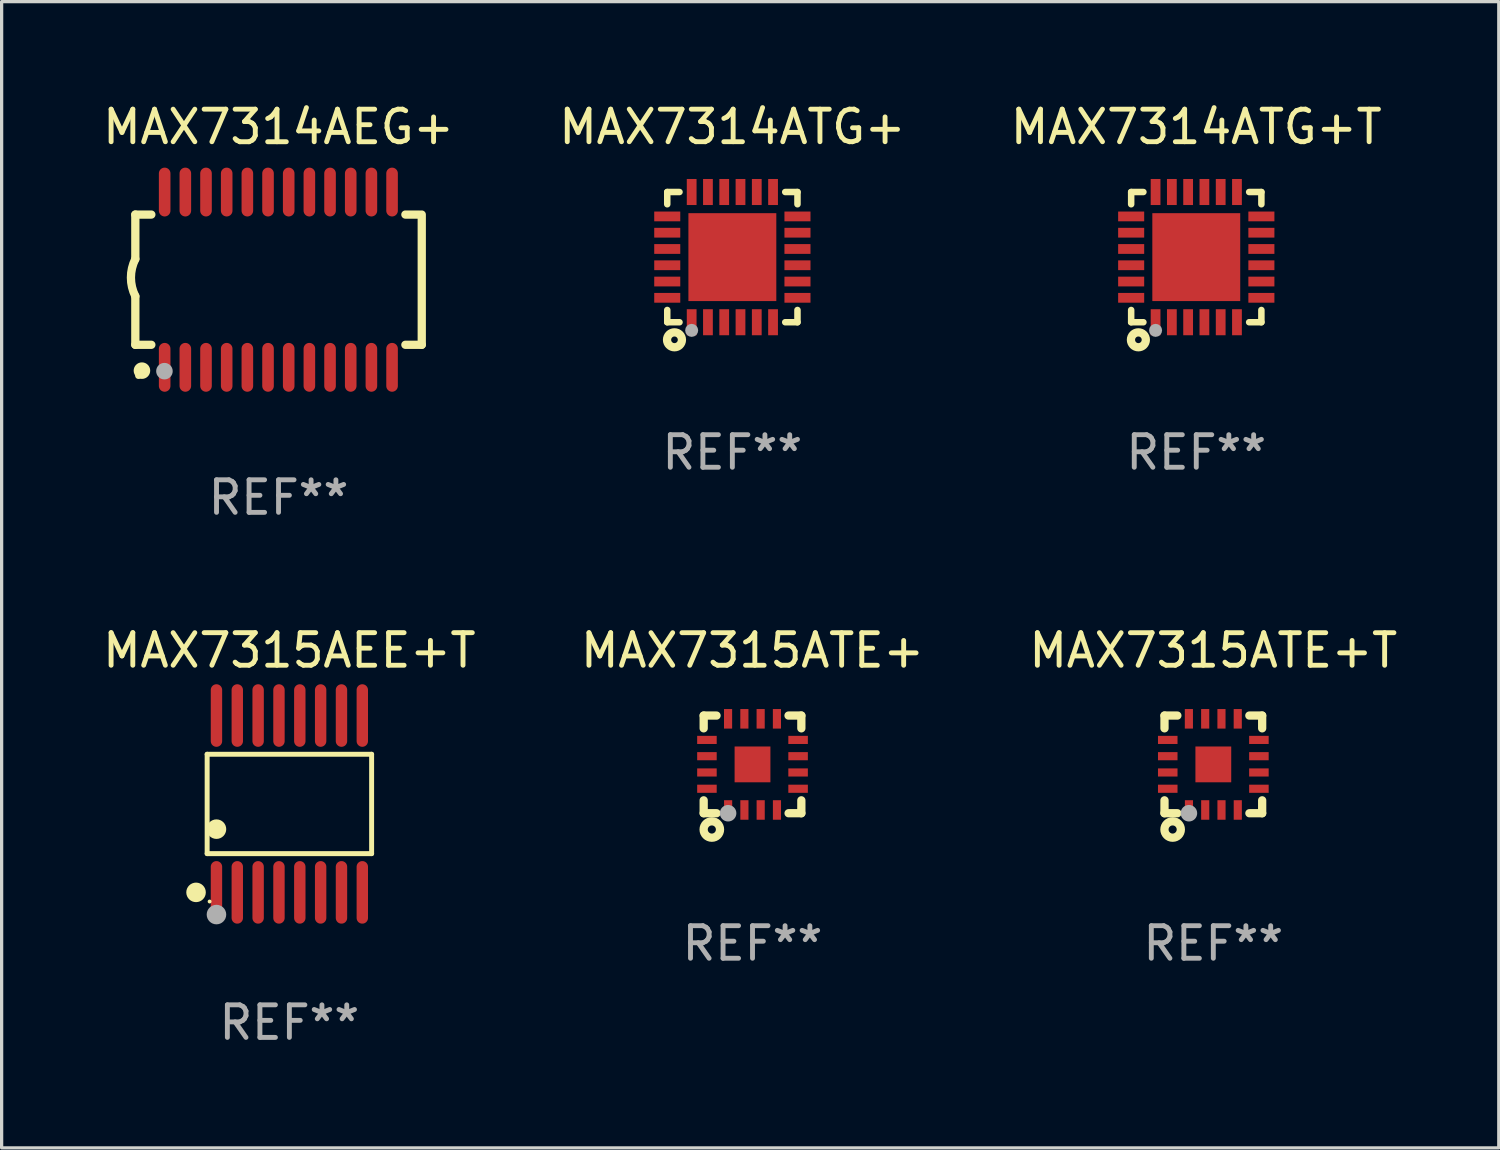
<source format=kicad_pcb>
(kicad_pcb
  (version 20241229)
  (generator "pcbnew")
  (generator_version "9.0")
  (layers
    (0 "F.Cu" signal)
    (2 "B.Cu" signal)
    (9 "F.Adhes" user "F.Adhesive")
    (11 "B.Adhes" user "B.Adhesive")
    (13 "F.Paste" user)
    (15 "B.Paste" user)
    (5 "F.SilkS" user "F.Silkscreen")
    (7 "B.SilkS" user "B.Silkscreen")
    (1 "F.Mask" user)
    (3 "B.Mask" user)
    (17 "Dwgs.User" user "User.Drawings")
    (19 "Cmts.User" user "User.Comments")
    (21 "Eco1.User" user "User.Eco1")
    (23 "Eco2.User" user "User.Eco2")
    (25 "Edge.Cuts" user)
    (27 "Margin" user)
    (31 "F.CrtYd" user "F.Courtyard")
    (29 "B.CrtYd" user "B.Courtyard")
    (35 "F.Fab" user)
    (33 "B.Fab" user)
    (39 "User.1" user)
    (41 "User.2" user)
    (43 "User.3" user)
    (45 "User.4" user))
  (footprint "MAX7315AEE+T"
    (layer "F.Cu")
    (at 5.839 21.645)
    (property "Reference" "MAX7315AEE+T" (at 0 -4.716 0) (layer "F.SilkS") (effects (font (size 1 1) (thickness 0.15))))
    (attr through_hole)
    (fp_line (start -2.526 -1.526) (end 2.526 -1.526) (stroke (width 0.152) (type solid)) (layer "F.SilkS"))
    (fp_line (start -2.526 1.526) (end -2.526 -1.526) (stroke (width 0.152) (type solid)) (layer "F.SilkS"))
    (fp_line (start 2.526 -1.526) (end 2.526 1.526) (stroke (width 0.152) (type solid)) (layer "F.SilkS"))
    (fp_line (start 2.526 1.526) (end -2.526 1.526) (stroke (width 0.152) (type solid)) (layer "F.SilkS"))
    (fp_circle (center -2.867 2.716) (end -2.717 2.716) (stroke (width 0.3) (type solid)) (fill no) (layer "F.SilkS"))
    (fp_circle (center -2.45 2.997) (end -2.42 2.997) (stroke (width 0.06) (type solid)) (fill no) (layer "F.SilkS"))
    (fp_circle (center -2.24 0.774) (end -2.09 0.774) (stroke (width 0.3) (type solid)) (fill no) (layer "F.SilkS"))
    (fp_circle (center -2.24 3.398) (end -2.09 3.398) (stroke (width 0.3) (type solid)) (fill no) (layer "F.Fab"))
    (fp_text user "REF**" (at 0 6.716 0) (layer "F.Fab") (effects (font (size 1 1) (thickness 0.15))))
    (pad "1" smd oval (at -2.24 2.716) (size 0.35 1.922) (layers "F.Cu" "F.Mask" "F.Paste"))
    (pad "2" smd oval (at -1.6 2.716) (size 0.35 1.922) (layers "F.Cu" "F.Mask" "F.Paste"))
    (pad "3" smd oval (at -0.96 2.716) (size 0.35 1.922) (layers "F.Cu" "F.Mask" "F.Paste"))
    (pad "4" smd oval (at -0.32 2.716) (size 0.35 1.922) (layers "F.Cu" "F.Mask" "F.Paste"))
    (pad "5" smd oval (at 0.32 2.716) (size 0.35 1.922) (layers "F.Cu" "F.Mask" "F.Paste"))
    (pad "6" smd oval (at 0.96 2.716) (size 0.35 1.922) (layers "F.Cu" "F.Mask" "F.Paste"))
    (pad "7" smd oval (at 1.6 2.716) (size 0.35 1.922) (layers "F.Cu" "F.Mask" "F.Paste"))
    (pad "8" smd oval (at 2.24 2.716) (size 0.35 1.922) (layers "F.Cu" "F.Mask" "F.Paste"))
    (pad "9" smd oval (at 2.24 -2.716) (size 0.35 1.922) (layers "F.Cu" "F.Mask" "F.Paste"))
    (pad "10" smd oval (at 1.6 -2.716) (size 0.35 1.922) (layers "F.Cu" "F.Mask" "F.Paste"))
    (pad "11" smd oval (at 0.96 -2.716) (size 0.35 1.922) (layers "F.Cu" "F.Mask" "F.Paste"))
    (pad "12" smd oval (at 0.32 -2.716) (size 0.35 1.922) (layers "F.Cu" "F.Mask" "F.Paste"))
    (pad "13" smd oval (at -0.32 -2.716) (size 0.35 1.922) (layers "F.Cu" "F.Mask" "F.Paste"))
    (pad "14" smd oval (at -0.96 -2.716) (size 0.35 1.922) (layers "F.Cu" "F.Mask" "F.Paste"))
    (pad "15" smd oval (at -1.6 -2.716) (size 0.35 1.922) (layers "F.Cu" "F.Mask" "F.Paste"))
    (pad "16" smd oval (at -2.24 -2.716) (size 0.35 1.922) (layers "F.Cu" "F.Mask" "F.Paste")))
  (footprint "MAX7314ATG+T"
    (layer "F.Cu")
    (at 33.696 4.848)
    (property "Reference" "MAX7314ATG+T" (at 0 -4 0) (layer "F.SilkS") (effects (font (size 1 1) (thickness 0.15))))
    (attr through_hole)
    (fp_line (start -2 -2) (end -1.624 -2) (stroke (width 0.2) (type solid)) (layer "F.SilkS"))
    (fp_line (start -2 -1.624) (end -2 -2) (stroke (width 0.2) (type solid)) (layer "F.SilkS"))
    (fp_line (start -2 2) (end -2 1.624) (stroke (width 0.2) (type solid)) (layer "F.SilkS"))
    (fp_line (start -2 2) (end -1.624 2) (stroke (width 0.2) (type solid)) (layer "F.SilkS"))
    (fp_line (start 1.624 -2) (end 2 -2) (stroke (width 0.2) (type solid)) (layer "F.SilkS"))
    (fp_line (start 1.624 2) (end 2 2) (stroke (width 0.2) (type solid)) (layer "F.SilkS"))
    (fp_line (start 2 -2) (end 2 -1.624) (stroke (width 0.2) (type solid)) (layer "F.SilkS"))
    (fp_line (start 2 1.624) (end 2 2) (stroke (width 0.2) (type solid)) (layer "F.SilkS"))
    (fp_circle (center -2 2) (end -1.97 2) (stroke (width 0.06) (type solid)) (fill no) (layer "F.SilkS"))
    (fp_circle (center -1.778 2.54) (end -1.676 2.54) (stroke (width 0.254) (type solid)) (fill no) (layer "F.SilkS"))
    (fp_circle (center -1.25 2.25) (end -1.15 2.25) (stroke (width 0.2) (type solid)) (fill no) (layer "F.Fab"))
    (fp_text user "REF**" (at 0 6 0) (layer "F.Fab") (effects (font (size 1 1) (thickness 0.15))))
    (pad "1" smd rect (at -1.25 2) (size 0.3 0.8) (layers "F.Cu" "F.Mask" "F.Paste"))
    (pad "2" smd rect (at -0.75 2) (size 0.3 0.8) (layers "F.Cu" "F.Mask" "F.Paste"))
    (pad "3" smd rect (at -0.25 2) (size 0.3 0.8) (layers "F.Cu" "F.Mask" "F.Paste"))
    (pad "4" smd rect (at 0.25 2) (size 0.3 0.8) (layers "F.Cu" "F.Mask" "F.Paste"))
    (pad "5" smd rect (at 0.75 2) (size 0.3 0.8) (layers "F.Cu" "F.Mask" "F.Paste"))
    (pad "6" smd rect (at 1.25 2) (size 0.3 0.8) (layers "F.Cu" "F.Mask" "F.Paste"))
    (pad "7" smd rect (at 2 1.25 90) (size 0.3 0.8) (layers "F.Cu" "F.Mask" "F.Paste"))
    (pad "8" smd rect (at 2 0.75 90) (size 0.3 0.8) (layers "F.Cu" "F.Mask" "F.Paste"))
    (pad "9" smd rect (at 2 0.25 90) (size 0.3 0.8) (layers "F.Cu" "F.Mask" "F.Paste"))
    (pad "10" smd rect (at 2 -0.25 90) (size 0.3 0.8) (layers "F.Cu" "F.Mask" "F.Paste"))
    (pad "11" smd rect (at 2 -0.75 90) (size 0.3 0.8) (layers "F.Cu" "F.Mask" "F.Paste"))
    (pad "12" smd rect (at 2 -1.25 90) (size 0.3 0.8) (layers "F.Cu" "F.Mask" "F.Paste"))
    (pad "13" smd rect (at 1.25 -2 180) (size 0.3 0.8) (layers "F.Cu" "F.Mask" "F.Paste"))
    (pad "14" smd rect (at 0.75 -2 180) (size 0.3 0.8) (layers "F.Cu" "F.Mask" "F.Paste"))
    (pad "15" smd rect (at 0.25 -2 180) (size 0.3 0.8) (layers "F.Cu" "F.Mask" "F.Paste"))
    (pad "16" smd rect (at -0.25 -2 180) (size 0.3 0.8) (layers "F.Cu" "F.Mask" "F.Paste"))
    (pad "17" smd rect (at -0.75 -2 180) (size 0.3 0.8) (layers "F.Cu" "F.Mask" "F.Paste"))
    (pad "18" smd rect (at -1.25 -2 180) (size 0.3 0.8) (layers "F.Cu" "F.Mask" "F.Paste"))
    (pad "19" smd rect (at -2 -1.25 270) (size 0.3 0.8) (layers "F.Cu" "F.Mask" "F.Paste"))
    (pad "20" smd rect (at -2 -0.75 270) (size 0.3 0.8) (layers "F.Cu" "F.Mask" "F.Paste"))
    (pad "21" smd rect (at -2 -0.25 270) (size 0.3 0.8) (layers "F.Cu" "F.Mask" "F.Paste"))
    (pad "22" smd rect (at -2 0.25 270) (size 0.3 0.8) (layers "F.Cu" "F.Mask" "F.Paste"))
    (pad "23" smd rect (at -2 0.75 270) (size 0.3 0.8) (layers "F.Cu" "F.Mask" "F.Paste"))
    (pad "24" smd rect (at -2 1.25 270) (size 0.3 0.8) (layers "F.Cu" "F.Mask" "F.Paste"))
    (pad "25" smd rect (at 0 0) (size 2.7 2.7) (layers "F.Cu" "F.Mask" "F.Paste")))
  (footprint "MAX7314AEG+"
    (layer "F.Cu")
    (at 5.506 5.541)
    (property "Reference" "MAX7314AEG+" (at 0 -4.692 0) (layer "F.SilkS") (effects (font (size 1 1) (thickness 0.15))))
    (attr through_hole)
    (fp_line (start -4.399 -2) (end -4.399 -0.635) (stroke (width 0.254) (type solid)) (layer "F.SilkS"))
    (fp_line (start -4.399 -2) (end -3.907 -2) (stroke (width 0.254) (type solid)) (layer "F.SilkS"))
    (fp_line (start -4.399 2) (end -4.399 0.508) (stroke (width 0.254) (type solid)) (layer "F.SilkS"))
    (fp_line (start -4.399 2) (end -3.907 2) (stroke (width 0.254) (type solid)) (layer "F.SilkS"))
    (fp_line (start 3.896 -2) (end 4.313 -2) (stroke (width 0.254) (type solid)) (layer "F.SilkS"))
    (fp_line (start 3.896 2) (end 4.399 2) (stroke (width 0.254) (type solid)) (layer "F.SilkS"))
    (fp_line (start 4.399 2) (end 4.399 -2) (stroke (width 0.254) (type solid)) (layer "F.SilkS"))
    (fp_arc (start -4.399301 0.508001) (mid -4.534214 -0.0635) (end -4.399301 -0.635001) (stroke (width 0.254001) (type solid)) (layer "F.SilkS"))
    (fp_circle (center -4.305 2.95) (end -4.255 2.95) (stroke (width 0.1) (type solid)) (fill no) (layer "F.SilkS"))
    (fp_circle (center -4.196 2.794) (end -4.069 2.794) (stroke (width 0.254) (type solid)) (fill no) (layer "F.SilkS"))
    (fp_circle (center -3.505 2.81) (end -3.378 2.81) (stroke (width 0.254) (type solid)) (fill no) (layer "F.Fab"))
    (fp_text user "REF**" (at 0 6.692 0) (layer "F.Fab") (effects (font (size 1 1) (thickness 0.15))))
    (pad "1" smd oval (at -3.498 2.692 90) (size 1.5 0.356) (layers "F.Cu" "F.Mask" "F.Paste"))
    (pad "2" smd oval (at -2.863 2.692 90) (size 1.5 0.356) (layers "F.Cu" "F.Mask" "F.Paste"))
    (pad "3" smd oval (at -2.228 2.692 90) (size 1.5 0.356) (layers "F.Cu" "F.Mask" "F.Paste"))
    (pad "4" smd oval (at -1.593 2.692 90) (size 1.5 0.356) (layers "F.Cu" "F.Mask" "F.Paste"))
    (pad "5" smd oval (at -0.958 2.692 90) (size 1.5 0.356) (layers "F.Cu" "F.Mask" "F.Paste"))
    (pad "6" smd oval (at -0.323 2.692 90) (size 1.5 0.356) (layers "F.Cu" "F.Mask" "F.Paste"))
    (pad "7" smd oval (at 0.312 2.692 90) (size 1.5 0.356) (layers "F.Cu" "F.Mask" "F.Paste"))
    (pad "8" smd oval (at 0.947 2.692 90) (size 1.5 0.356) (layers "F.Cu" "F.Mask" "F.Paste"))
    (pad "9" smd oval (at 1.582 2.692 90) (size 1.5 0.356) (layers "F.Cu" "F.Mask" "F.Paste"))
    (pad "10" smd oval (at 2.217 2.692 90) (size 1.5 0.356) (layers "F.Cu" "F.Mask" "F.Paste"))
    (pad "11" smd oval (at 2.852 2.692 90) (size 1.5 0.356) (layers "F.Cu" "F.Mask" "F.Paste"))
    (pad "12" smd oval (at 3.487 2.692 90) (size 1.5 0.356) (layers "F.Cu" "F.Mask" "F.Paste"))
    (pad "13" smd oval (at 3.487 -2.692 90) (size 1.5 0.356) (layers "F.Cu" "F.Mask" "F.Paste"))
    (pad "14" smd oval (at 2.852 -2.692 90) (size 1.5 0.356) (layers "F.Cu" "F.Mask" "F.Paste"))
    (pad "15" smd oval (at 2.217 -2.692 90) (size 1.5 0.356) (layers "F.Cu" "F.Mask" "F.Paste"))
    (pad "16" smd oval (at 1.582 -2.692 90) (size 1.5 0.356) (layers "F.Cu" "F.Mask" "F.Paste"))
    (pad "17" smd oval (at 0.947 -2.692 90) (size 1.5 0.356) (layers "F.Cu" "F.Mask" "F.Paste"))
    (pad "18" smd oval (at 0.312 -2.692 90) (size 1.5 0.356) (layers "F.Cu" "F.Mask" "F.Paste"))
    (pad "19" smd oval (at -0.323 -2.692 90) (size 1.5 0.356) (layers "F.Cu" "F.Mask" "F.Paste"))
    (pad "20" smd oval (at -0.958 -2.692 90) (size 1.5 0.356) (layers "F.Cu" "F.Mask" "F.Paste"))
    (pad "21" smd oval (at -1.593 -2.692 90) (size 1.5 0.356) (layers "F.Cu" "F.Mask" "F.Paste"))
    (pad "22" smd oval (at -2.228 -2.692 90) (size 1.5 0.356) (layers "F.Cu" "F.Mask" "F.Paste"))
    (pad "23" smd oval (at -2.863 -2.692 90) (size 1.5 0.356) (layers "F.Cu" "F.Mask" "F.Paste"))
    (pad "24" smd oval (at -3.498 -2.692 90) (size 1.5 0.356) (layers "F.Cu" "F.Mask" "F.Paste")))
  (footprint "MAX7315ATE+T"
    (layer "F.Cu")
    (at 34.22 20.43)
    (property "Reference" "MAX7315ATE+T" (at 0 -3.5 0) (layer "F.SilkS") (effects (font (size 1 1) (thickness 0.15))))
    (attr through_hole)
    (fp_line (start -1.5 -1.5) (end -1.5 -1.108) (stroke (width 0.254) (type solid)) (layer "F.SilkS"))
    (fp_line (start -1.5 -1.5) (end -1.105 -1.5) (stroke (width 0.254) (type solid)) (layer "F.SilkS"))
    (fp_line (start -1.5 1.104) (end -1.5 1.5) (stroke (width 0.254) (type solid)) (layer "F.SilkS"))
    (fp_line (start -1.5 1.5) (end -1.105 1.5) (stroke (width 0.254) (type solid)) (layer "F.SilkS"))
    (fp_line (start 1.106 -1.5) (end 1.5 -1.5) (stroke (width 0.254) (type solid)) (layer "F.SilkS"))
    (fp_line (start 1.108 1.5) (end 1.5 1.5) (stroke (width 0.254) (type solid)) (layer "F.SilkS"))
    (fp_line (start 1.5 -1.108) (end 1.5 -1.5) (stroke (width 0.254) (type solid)) (layer "F.SilkS"))
    (fp_line (start 1.5 1.5) (end 1.5 1.104) (stroke (width 0.254) (type solid)) (layer "F.SilkS"))
    (fp_circle (center -1.5 1.5) (end -1.47 1.5) (stroke (width 0.06) (type solid)) (fill no) (layer "F.SilkS"))
    (fp_circle (center -1.25 2) (end -1.125 2) (stroke (width 0.254) (type solid)) (fill no) (layer "F.SilkS"))
    (fp_circle (center -0.75 1.5) (end -0.623 1.5) (stroke (width 0.254) (type solid)) (fill no) (layer "F.Fab"))
    (fp_text user "REF**" (at 0 5.5 0) (layer "F.Fab") (effects (font (size 1 1) (thickness 0.15))))
    (pad "1" smd rect (at -0.749 1.4 180) (size 0.25 0.6) (layers "F.Cu" "F.Mask" "F.Paste"))
    (pad "2" smd rect (at -0.249 1.4 180) (size 0.25 0.6) (layers "F.Cu" "F.Mask" "F.Paste"))
    (pad "3" smd rect (at 0.251 1.4 180) (size 0.25 0.6) (layers "F.Cu" "F.Mask" "F.Paste"))
    (pad "4" smd rect (at 0.751 1.4 180) (size 0.25 0.6) (layers "F.Cu" "F.Mask" "F.Paste"))
    (pad "5" smd rect (at 1.4 0.748 270) (size 0.25 0.6) (layers "F.Cu" "F.Mask" "F.Paste"))
    (pad "6" smd rect (at 1.4 0.248 270) (size 0.25 0.6) (layers "F.Cu" "F.Mask" "F.Paste"))
    (pad "7" smd rect (at 1.4 -0.252 270) (size 0.25 0.6) (layers "F.Cu" "F.Mask" "F.Paste"))
    (pad "8" smd rect (at 1.4 -0.752 270) (size 0.25 0.6) (layers "F.Cu" "F.Mask" "F.Paste"))
    (pad "9" smd rect (at 0.75 -1.4) (size 0.25 0.6) (layers "F.Cu" "F.Mask" "F.Paste"))
    (pad "10" smd rect (at 0.25 -1.4) (size 0.25 0.6) (layers "F.Cu" "F.Mask" "F.Paste"))
    (pad "11" smd rect (at -0.25 -1.4) (size 0.25 0.6) (layers "F.Cu" "F.Mask" "F.Paste"))
    (pad "12" smd rect (at -0.751 -1.4) (size 0.25 0.6) (layers "F.Cu" "F.Mask" "F.Paste"))
    (pad "13" smd rect (at -1.4 -0.752 90) (size 0.25 0.6) (layers "F.Cu" "F.Mask" "F.Paste"))
    (pad "14" smd rect (at -1.4 -0.252 90) (size 0.25 0.6) (layers "F.Cu" "F.Mask" "F.Paste"))
    (pad "15" smd rect (at -1.4 0.248 90) (size 0.25 0.6) (layers "F.Cu" "F.Mask" "F.Paste"))
    (pad "16" smd rect (at -1.4 0.748 90) (size 0.25 0.6) (layers "F.Cu" "F.Mask" "F.Paste"))
    (pad "17" smd rect (at -0.000241 0.000013 90) (size 1.1 1.1) (layers "F.Cu" "F.Mask" "F.Paste")))
  (footprint "MAX7314ATG+"
    (layer "F.Cu")
    (at 19.446 4.848)
    (property "Reference" "MAX7314ATG+" (at 0 -4 0) (layer "F.SilkS") (effects (font (size 1 1) (thickness 0.15))))
    (attr through_hole)
    (fp_line (start -2 -2) (end -1.624 -2) (stroke (width 0.2) (type solid)) (layer "F.SilkS"))
    (fp_line (start -2 -1.624) (end -2 -2) (stroke (width 0.2) (type solid)) (layer "F.SilkS"))
    (fp_line (start -2 2) (end -2 1.624) (stroke (width 0.2) (type solid)) (layer "F.SilkS"))
    (fp_line (start -2 2) (end -1.624 2) (stroke (width 0.2) (type solid)) (layer "F.SilkS"))
    (fp_line (start 1.624 -2) (end 2 -2) (stroke (width 0.2) (type solid)) (layer "F.SilkS"))
    (fp_line (start 1.624 2) (end 2 2) (stroke (width 0.2) (type solid)) (layer "F.SilkS"))
    (fp_line (start 2 -2) (end 2 -1.624) (stroke (width 0.2) (type solid)) (layer "F.SilkS"))
    (fp_line (start 2 1.624) (end 2 2) (stroke (width 0.2) (type solid)) (layer "F.SilkS"))
    (fp_circle (center -2 2) (end -1.97 2) (stroke (width 0.06) (type solid)) (fill no) (layer "F.SilkS"))
    (fp_circle (center -1.778 2.54) (end -1.676 2.54) (stroke (width 0.254) (type solid)) (fill no) (layer "F.SilkS"))
    (fp_circle (center -1.25 2.25) (end -1.15 2.25) (stroke (width 0.2) (type solid)) (fill no) (layer "F.Fab"))
    (fp_text user "REF**" (at 0 6 0) (layer "F.Fab") (effects (font (size 1 1) (thickness 0.15))))
    (pad "1" smd rect (at -1.25 2) (size 0.3 0.8) (layers "F.Cu" "F.Mask" "F.Paste"))
    (pad "2" smd rect (at -0.75 2) (size 0.3 0.8) (layers "F.Cu" "F.Mask" "F.Paste"))
    (pad "3" smd rect (at -0.25 2) (size 0.3 0.8) (layers "F.Cu" "F.Mask" "F.Paste"))
    (pad "4" smd rect (at 0.25 2) (size 0.3 0.8) (layers "F.Cu" "F.Mask" "F.Paste"))
    (pad "5" smd rect (at 0.75 2) (size 0.3 0.8) (layers "F.Cu" "F.Mask" "F.Paste"))
    (pad "6" smd rect (at 1.25 2) (size 0.3 0.8) (layers "F.Cu" "F.Mask" "F.Paste"))
    (pad "7" smd rect (at 2 1.25 90) (size 0.3 0.8) (layers "F.Cu" "F.Mask" "F.Paste"))
    (pad "8" smd rect (at 2 0.75 90) (size 0.3 0.8) (layers "F.Cu" "F.Mask" "F.Paste"))
    (pad "9" smd rect (at 2 0.25 90) (size 0.3 0.8) (layers "F.Cu" "F.Mask" "F.Paste"))
    (pad "10" smd rect (at 2 -0.25 90) (size 0.3 0.8) (layers "F.Cu" "F.Mask" "F.Paste"))
    (pad "11" smd rect (at 2 -0.75 90) (size 0.3 0.8) (layers "F.Cu" "F.Mask" "F.Paste"))
    (pad "12" smd rect (at 2 -1.25 90) (size 0.3 0.8) (layers "F.Cu" "F.Mask" "F.Paste"))
    (pad "13" smd rect (at 1.25 -2 180) (size 0.3 0.8) (layers "F.Cu" "F.Mask" "F.Paste"))
    (pad "14" smd rect (at 0.75 -2 180) (size 0.3 0.8) (layers "F.Cu" "F.Mask" "F.Paste"))
    (pad "15" smd rect (at 0.25 -2 180) (size 0.3 0.8) (layers "F.Cu" "F.Mask" "F.Paste"))
    (pad "16" smd rect (at -0.25 -2 180) (size 0.3 0.8) (layers "F.Cu" "F.Mask" "F.Paste"))
    (pad "17" smd rect (at -0.75 -2 180) (size 0.3 0.8) (layers "F.Cu" "F.Mask" "F.Paste"))
    (pad "18" smd rect (at -1.25 -2 180) (size 0.3 0.8) (layers "F.Cu" "F.Mask" "F.Paste"))
    (pad "19" smd rect (at -2 -1.25 270) (size 0.3 0.8) (layers "F.Cu" "F.Mask" "F.Paste"))
    (pad "20" smd rect (at -2 -0.75 270) (size 0.3 0.8) (layers "F.Cu" "F.Mask" "F.Paste"))
    (pad "21" smd rect (at -2 -0.25 270) (size 0.3 0.8) (layers "F.Cu" "F.Mask" "F.Paste"))
    (pad "22" smd rect (at -2 0.25 270) (size 0.3 0.8) (layers "F.Cu" "F.Mask" "F.Paste"))
    (pad "23" smd rect (at -2 0.75 270) (size 0.3 0.8) (layers "F.Cu" "F.Mask" "F.Paste"))
    (pad "24" smd rect (at -2 1.25 270) (size 0.3 0.8) (layers "F.Cu" "F.Mask" "F.Paste"))
    (pad "25" smd rect (at 0 0) (size 2.7 2.7) (layers "F.Cu" "F.Mask" "F.Paste")))
  (footprint "MAX7315ATE+"
    (layer "F.Cu")
    (at 20.065 20.43)
    (property "Reference" "MAX7315ATE+" (at 0 -3.5 0) (layer "F.SilkS") (effects (font (size 1 1) (thickness 0.15))))
    (attr through_hole)
    (fp_line (start -1.5 -1.5) (end -1.5 -1.108) (stroke (width 0.254) (type solid)) (layer "F.SilkS"))
    (fp_line (start -1.5 -1.5) (end -1.105 -1.5) (stroke (width 0.254) (type solid)) (layer "F.SilkS"))
    (fp_line (start -1.5 1.104) (end -1.5 1.5) (stroke (width 0.254) (type solid)) (layer "F.SilkS"))
    (fp_line (start -1.5 1.5) (end -1.105 1.5) (stroke (width 0.254) (type solid)) (layer "F.SilkS"))
    (fp_line (start 1.106 -1.5) (end 1.5 -1.5) (stroke (width 0.254) (type solid)) (layer "F.SilkS"))
    (fp_line (start 1.108 1.5) (end 1.5 1.5) (stroke (width 0.254) (type solid)) (layer "F.SilkS"))
    (fp_line (start 1.5 -1.108) (end 1.5 -1.5) (stroke (width 0.254) (type solid)) (layer "F.SilkS"))
    (fp_line (start 1.5 1.5) (end 1.5 1.104) (stroke (width 0.254) (type solid)) (layer "F.SilkS"))
    (fp_circle (center -1.5 1.5) (end -1.47 1.5) (stroke (width 0.06) (type solid)) (fill no) (layer "F.SilkS"))
    (fp_circle (center -1.25 2) (end -1.125 2) (stroke (width 0.254) (type solid)) (fill no) (layer "F.SilkS"))
    (fp_circle (center -0.75 1.5) (end -0.623 1.5) (stroke (width 0.254) (type solid)) (fill no) (layer "F.Fab"))
    (fp_text user "REF**" (at 0 5.5 0) (layer "F.Fab") (effects (font (size 1 1) (thickness 0.15))))
    (pad "1" smd rect (at -0.749 1.4 180) (size 0.25 0.6) (layers "F.Cu" "F.Mask" "F.Paste"))
    (pad "2" smd rect (at -0.249 1.4 180) (size 0.25 0.6) (layers "F.Cu" "F.Mask" "F.Paste"))
    (pad "3" smd rect (at 0.251 1.4 180) (size 0.25 0.6) (layers "F.Cu" "F.Mask" "F.Paste"))
    (pad "4" smd rect (at 0.751 1.4 180) (size 0.25 0.6) (layers "F.Cu" "F.Mask" "F.Paste"))
    (pad "5" smd rect (at 1.4 0.748 270) (size 0.25 0.6) (layers "F.Cu" "F.Mask" "F.Paste"))
    (pad "6" smd rect (at 1.4 0.248 270) (size 0.25 0.6) (layers "F.Cu" "F.Mask" "F.Paste"))
    (pad "7" smd rect (at 1.4 -0.252 270) (size 0.25 0.6) (layers "F.Cu" "F.Mask" "F.Paste"))
    (pad "8" smd rect (at 1.4 -0.752 270) (size 0.25 0.6) (layers "F.Cu" "F.Mask" "F.Paste"))
    (pad "9" smd rect (at 0.75 -1.4) (size 0.25 0.6) (layers "F.Cu" "F.Mask" "F.Paste"))
    (pad "10" smd rect (at 0.25 -1.4) (size 0.25 0.6) (layers "F.Cu" "F.Mask" "F.Paste"))
    (pad "11" smd rect (at -0.25 -1.4) (size 0.25 0.6) (layers "F.Cu" "F.Mask" "F.Paste"))
    (pad "12" smd rect (at -0.751 -1.4) (size 0.25 0.6) (layers "F.Cu" "F.Mask" "F.Paste"))
    (pad "13" smd rect (at -1.4 -0.752 90) (size 0.25 0.6) (layers "F.Cu" "F.Mask" "F.Paste"))
    (pad "14" smd rect (at -1.4 -0.252 90) (size 0.25 0.6) (layers "F.Cu" "F.Mask" "F.Paste"))
    (pad "15" smd rect (at -1.4 0.248 90) (size 0.25 0.6) (layers "F.Cu" "F.Mask" "F.Paste"))
    (pad "16" smd rect (at -1.4 0.748 90) (size 0.25 0.6) (layers "F.Cu" "F.Mask" "F.Paste"))
    (pad "17" smd rect (at -0.000241 0.000013 90) (size 1.1 1.1) (layers "F.Cu" "F.Mask" "F.Paste")))
  (gr_rect
    (start -3 -3)
    (end 42.988 32.209)
    (stroke (width 0.1) (type default))
    (fill no)
    (layer "Edge.Cuts")))
</source>
